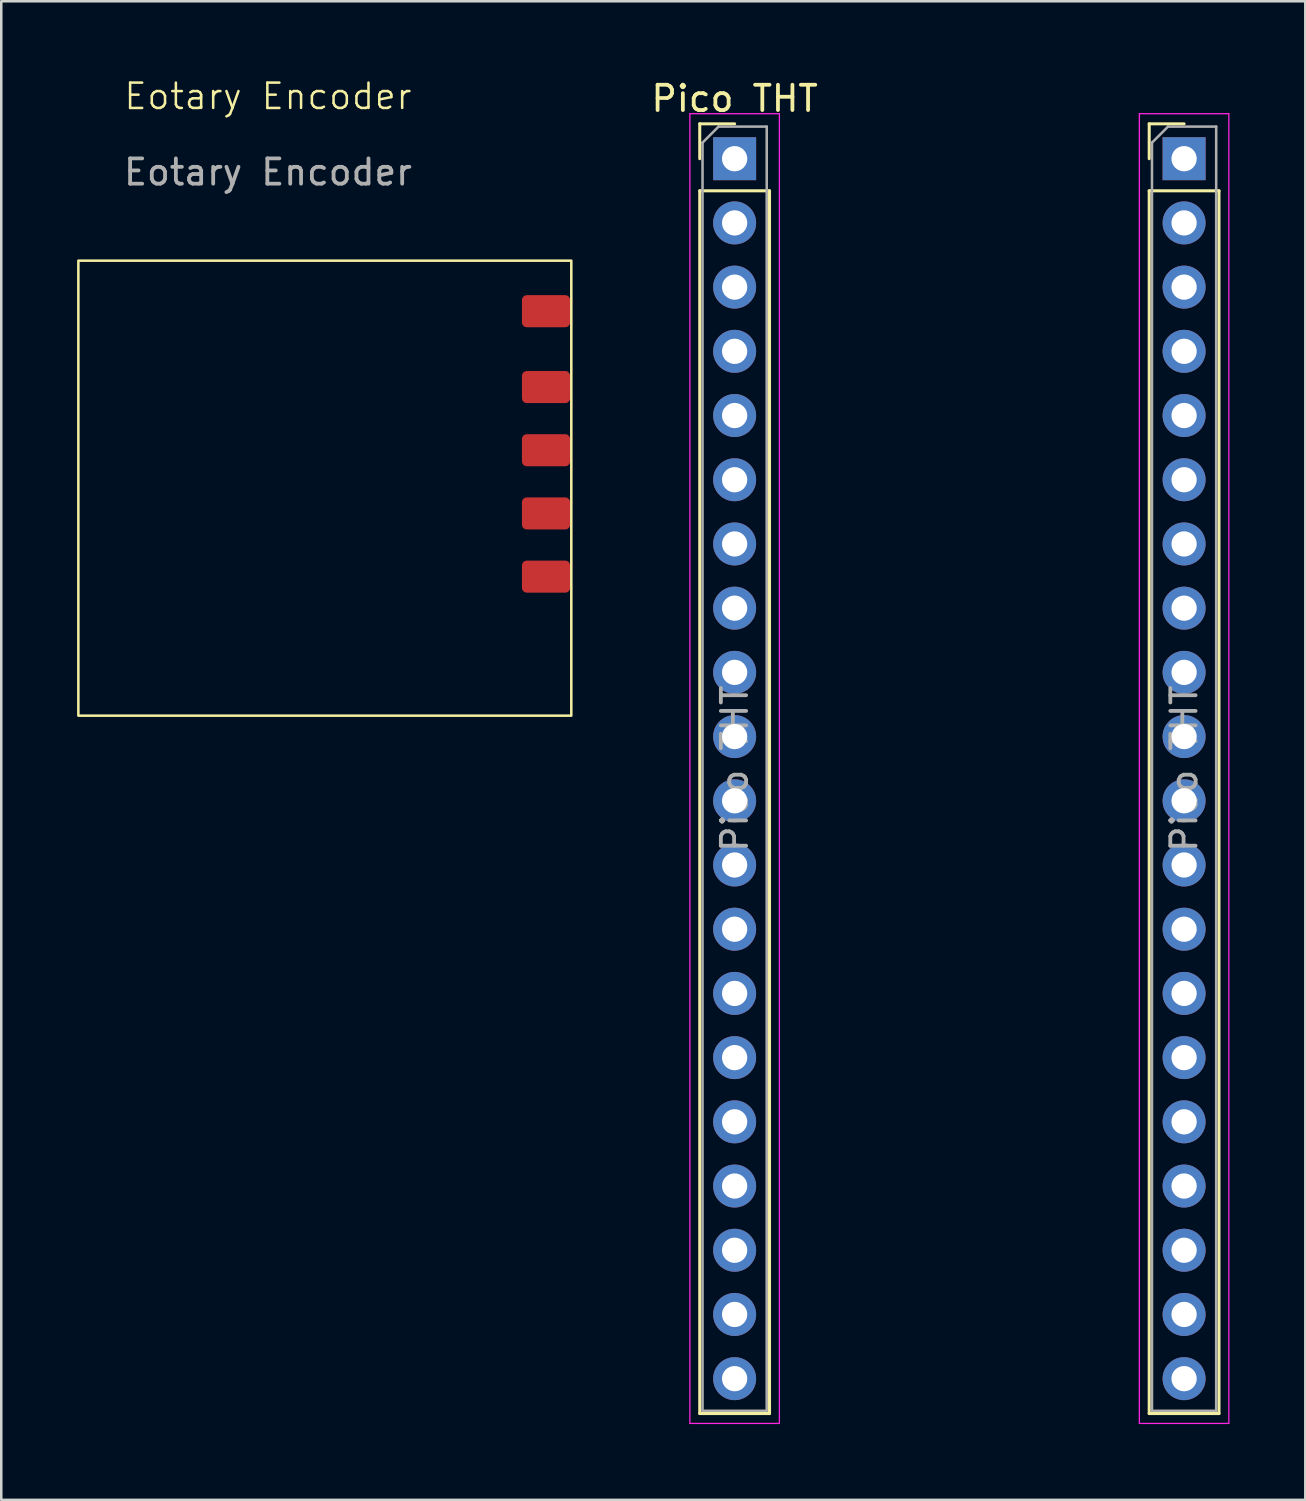
<source format=kicad_pcb>
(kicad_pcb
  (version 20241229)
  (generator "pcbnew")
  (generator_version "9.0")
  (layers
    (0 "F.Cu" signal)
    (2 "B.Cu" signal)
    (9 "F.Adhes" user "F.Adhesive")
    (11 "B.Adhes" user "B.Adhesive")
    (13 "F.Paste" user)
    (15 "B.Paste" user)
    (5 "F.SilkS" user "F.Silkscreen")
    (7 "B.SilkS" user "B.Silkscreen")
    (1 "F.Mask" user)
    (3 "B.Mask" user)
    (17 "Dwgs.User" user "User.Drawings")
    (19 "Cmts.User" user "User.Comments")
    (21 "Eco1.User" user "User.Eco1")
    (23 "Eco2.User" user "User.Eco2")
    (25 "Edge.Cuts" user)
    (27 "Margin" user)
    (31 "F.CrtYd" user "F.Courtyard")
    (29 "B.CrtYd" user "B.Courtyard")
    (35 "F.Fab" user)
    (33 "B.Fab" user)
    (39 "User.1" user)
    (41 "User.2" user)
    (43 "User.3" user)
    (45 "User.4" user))
  (footprint "Eotary Encoder"
    (layer "F.Cu")
    (at 7.55 11.761)
    (property "Reference" "Eotary Encoder" (at 0 -11 0) (unlocked yes) (layer "F.SilkS") (effects (font (size 1 1) (thickness 0.1))))
    (attr smd)
    (fp_rect (start -7.5 -4.5) (end 12 13.5) (stroke (width 0.1) (type default)) (fill no) (layer "F.SilkS"))
    (fp_text user "${REFERENCE}" (at 0 -8 0) (unlocked yes) (layer "F.Fab") (effects (font (size 1 1) (thickness 0.15))))
    (pad "1" smd roundrect (at 11 -2.5) (size 1.905 1.27) (layers "F.Cu" "F.Mask" "F.Paste") (roundrect_rratio 0.15))
    (pad "2" smd roundrect (at 11 0.5) (size 1.905 1.27) (layers "F.Cu" "F.Mask" "F.Paste") (roundrect_rratio 0.15))
    (pad "3" smd roundrect (at 11 3) (size 1.905 1.27) (layers "F.Cu" "F.Mask" "F.Paste") (roundrect_rratio 0.15))
    (pad "4" smd roundrect (at 11 5.5) (size 1.905 1.27) (layers "F.Cu" "F.Mask" "F.Paste") (roundrect_rratio 0.15))
    (pad "5" smd roundrect (at 11 8) (size 1.905 1.27) (layers "F.Cu" "F.Mask" "F.Paste") (roundrect_rratio 0.15)))
  (footprint "Pico THT"
    (layer "F.Cu")
    (at 26.011 3.228)
    (property "Reference" "Pico THT" (at 0 -2.38 0) (layer "F.SilkS") (effects (font (size 1 1) (thickness 0.15))))
    (attr through_hole)
    (fp_line (start -1.38 -1.38) (end 0 -1.38) (stroke (width 0.12) (type solid)) (layer "F.SilkS"))
    (fp_line (start -1.38 0) (end -1.38 -1.38) (stroke (width 0.12) (type solid)) (layer "F.SilkS"))
    (fp_line (start -1.38 1.27) (end -1.38 49.64) (stroke (width 0.12) (type solid)) (layer "F.SilkS"))
    (fp_line (start -1.38 1.27) (end 1.38 1.27) (stroke (width 0.12) (type solid)) (layer "F.SilkS"))
    (fp_line (start -1.38 49.64) (end 1.38 49.64) (stroke (width 0.12) (type solid)) (layer "F.SilkS"))
    (fp_line (start 1.38 1.27) (end 1.38 49.64) (stroke (width 0.12) (type solid)) (layer "F.SilkS"))
    (fp_line (start 16.4 -1.38) (end 17.78 -1.38) (stroke (width 0.12) (type solid)) (layer "F.SilkS"))
    (fp_line (start 16.4 0) (end 16.4 -1.38) (stroke (width 0.12) (type solid)) (layer "F.SilkS"))
    (fp_line (start 16.4 1.27) (end 16.4 49.64) (stroke (width 0.12) (type solid)) (layer "F.SilkS"))
    (fp_line (start 16.4 1.27) (end 19.16 1.27) (stroke (width 0.12) (type solid)) (layer "F.SilkS"))
    (fp_line (start 16.4 49.64) (end 19.16 49.64) (stroke (width 0.12) (type solid)) (layer "F.SilkS"))
    (fp_line (start 19.16 1.27) (end 19.16 49.64) (stroke (width 0.12) (type solid)) (layer "F.SilkS"))
    (fp_line (start -1.77 -1.78) (end -1.77 50.03) (stroke (width 0.05) (type solid)) (layer "F.CrtYd"))
    (fp_line (start -1.77 50.03) (end 1.77 50.03) (stroke (width 0.05) (type solid)) (layer "F.CrtYd"))
    (fp_line (start 1.77 -1.78) (end -1.77 -1.78) (stroke (width 0.05) (type solid)) (layer "F.CrtYd"))
    (fp_line (start 1.77 50.03) (end 1.77 -1.78) (stroke (width 0.05) (type solid)) (layer "F.CrtYd"))
    (fp_line (start 16.01 -1.78) (end 16.01 50.03) (stroke (width 0.05) (type solid)) (layer "F.CrtYd"))
    (fp_line (start 16.01 50.03) (end 19.55 50.03) (stroke (width 0.05) (type solid)) (layer "F.CrtYd"))
    (fp_line (start 19.55 -1.78) (end 16.01 -1.78) (stroke (width 0.05) (type solid)) (layer "F.CrtYd"))
    (fp_line (start 19.55 50.03) (end 19.55 -1.78) (stroke (width 0.05) (type solid)) (layer "F.CrtYd"))
    (fp_line (start -1.27 -0.635) (end -0.635 -1.27) (stroke (width 0.1) (type solid)) (layer "F.Fab"))
    (fp_line (start -1.27 49.53) (end -1.27 -0.635) (stroke (width 0.1) (type solid)) (layer "F.Fab"))
    (fp_line (start -0.635 -1.27) (end 1.27 -1.27) (stroke (width 0.1) (type solid)) (layer "F.Fab"))
    (fp_line (start 1.27 -1.27) (end 1.27 49.53) (stroke (width 0.1) (type solid)) (layer "F.Fab"))
    (fp_line (start 1.27 49.53) (end -1.27 49.53) (stroke (width 0.1) (type solid)) (layer "F.Fab"))
    (fp_line (start 16.51 -0.635) (end 17.145 -1.27) (stroke (width 0.1) (type solid)) (layer "F.Fab"))
    (fp_line (start 16.51 49.53) (end 16.51 -0.635) (stroke (width 0.1) (type solid)) (layer "F.Fab"))
    (fp_line (start 17.145 -1.27) (end 19.05 -1.27) (stroke (width 0.1) (type solid)) (layer "F.Fab"))
    (fp_line (start 19.05 -1.27) (end 19.05 49.53) (stroke (width 0.1) (type solid)) (layer "F.Fab"))
    (fp_line (start 19.05 49.53) (end 16.51 49.53) (stroke (width 0.1) (type solid)) (layer "F.Fab"))
    (fp_text user "${REFERENCE}" (at 17.78 24.13 90) (layer "F.Fab") (effects (font (size 1 1) (thickness 0.15))))
    (fp_text user "${REFERENCE}" (at 0 24.13 90) (layer "F.Fab") (effects (font (size 1 1) (thickness 0.15))))
    (pad "1" thru_hole rect (at 0 0) (size 1.7 1.7) (drill 1) (layers "*.Cu" "*.Mask"))
    (pad "2" thru_hole circle (at 0 2.54) (size 1.7 1.7) (drill 1) (layers "*.Cu" "*.Mask"))
    (pad "3" thru_hole circle (at 0 5.08) (size 1.7 1.7) (drill 1) (layers "*.Cu" "*.Mask"))
    (pad "4" thru_hole circle (at 0 7.62) (size 1.7 1.7) (drill 1) (layers "*.Cu" "*.Mask"))
    (pad "5" thru_hole circle (at 0 10.16) (size 1.7 1.7) (drill 1) (layers "*.Cu" "*.Mask"))
    (pad "6" thru_hole circle (at 0 12.7) (size 1.7 1.7) (drill 1) (layers "*.Cu" "*.Mask"))
    (pad "7" thru_hole circle (at 0 15.24) (size 1.7 1.7) (drill 1) (layers "*.Cu" "*.Mask"))
    (pad "8" thru_hole circle (at 0 17.78) (size 1.7 1.7) (drill 1) (layers "*.Cu" "*.Mask"))
    (pad "9" thru_hole circle (at 0 20.32) (size 1.7 1.7) (drill 1) (layers "*.Cu" "*.Mask"))
    (pad "10" thru_hole circle (at 0 22.86) (size 1.7 1.7) (drill 1) (layers "*.Cu" "*.Mask"))
    (pad "11" thru_hole circle (at 0 25.4) (size 1.7 1.7) (drill 1) (layers "*.Cu" "*.Mask"))
    (pad "12" thru_hole circle (at 0 27.94) (size 1.7 1.7) (drill 1) (layers "*.Cu" "*.Mask"))
    (pad "13" thru_hole circle (at 0 30.48) (size 1.7 1.7) (drill 1) (layers "*.Cu" "*.Mask"))
    (pad "14" thru_hole circle (at 0 33.02) (size 1.7 1.7) (drill 1) (layers "*.Cu" "*.Mask"))
    (pad "15" thru_hole circle (at 0 35.56) (size 1.7 1.7) (drill 1) (layers "*.Cu" "*.Mask"))
    (pad "16" thru_hole circle (at 0 38.1) (size 1.7 1.7) (drill 1) (layers "*.Cu" "*.Mask"))
    (pad "17" thru_hole circle (at 0 40.64) (size 1.7 1.7) (drill 1) (layers "*.Cu" "*.Mask"))
    (pad "18" thru_hole circle (at 0 43.18) (size 1.7 1.7) (drill 1) (layers "*.Cu" "*.Mask"))
    (pad "19" thru_hole circle (at 0 45.72) (size 1.7 1.7) (drill 1) (layers "*.Cu" "*.Mask"))
    (pad "20" thru_hole circle (at 0 48.26) (size 1.7 1.7) (drill 1) (layers "*.Cu" "*.Mask"))
    (pad "21" thru_hole circle (at 17.78 48.26) (size 1.7 1.7) (drill 1) (layers "*.Cu" "*.Mask"))
    (pad "22" thru_hole circle (at 17.78 45.72) (size 1.7 1.7) (drill 1) (layers "*.Cu" "*.Mask"))
    (pad "23" thru_hole circle (at 17.78 43.18) (size 1.7 1.7) (drill 1) (layers "*.Cu" "*.Mask"))
    (pad "24" thru_hole circle (at 17.78 40.64) (size 1.7 1.7) (drill 1) (layers "*.Cu" "*.Mask"))
    (pad "25" thru_hole circle (at 17.78 38.1) (size 1.7 1.7) (drill 1) (layers "*.Cu" "*.Mask"))
    (pad "26" thru_hole circle (at 17.78 35.56) (size 1.7 1.7) (drill 1) (layers "*.Cu" "*.Mask"))
    (pad "27" thru_hole circle (at 17.78 33.02) (size 1.7 1.7) (drill 1) (layers "*.Cu" "*.Mask"))
    (pad "28" thru_hole circle (at 17.78 30.48) (size 1.7 1.7) (drill 1) (layers "*.Cu" "*.Mask"))
    (pad "29" thru_hole circle (at 17.78 27.94) (size 1.7 1.7) (drill 1) (layers "*.Cu" "*.Mask"))
    (pad "30" thru_hole circle (at 17.78 25.4) (size 1.7 1.7) (drill 1) (layers "*.Cu" "*.Mask"))
    (pad "31" thru_hole circle (at 17.78 22.86) (size 1.7 1.7) (drill 1) (layers "*.Cu" "*.Mask"))
    (pad "32" thru_hole circle (at 17.78 20.32) (size 1.7 1.7) (drill 1) (layers "*.Cu" "*.Mask"))
    (pad "33" thru_hole circle (at 17.78 17.78) (size 1.7 1.7) (drill 1) (layers "*.Cu" "*.Mask"))
    (pad "34" thru_hole circle (at 17.78 15.24) (size 1.7 1.7) (drill 1) (layers "*.Cu" "*.Mask"))
    (pad "35" thru_hole circle (at 17.78 12.7) (size 1.7 1.7) (drill 1) (layers "*.Cu" "*.Mask"))
    (pad "36" thru_hole circle (at 17.78 10.16) (size 1.7 1.7) (drill 1) (layers "*.Cu" "*.Mask"))
    (pad "37" thru_hole circle (at 17.78 7.62) (size 1.7 1.7) (drill 1) (layers "*.Cu" "*.Mask"))
    (pad "38" thru_hole circle (at 17.78 5.08) (size 1.7 1.7) (drill 1) (layers "*.Cu" "*.Mask"))
    (pad "39" thru_hole circle (at 17.78 2.54) (size 1.7 1.7) (drill 1) (layers "*.Cu" "*.Mask"))
    (pad "40" thru_hole rect (at 17.78 0) (size 1.7 1.7) (drill 1) (layers "*.Cu" "*.Mask")))
  (gr_rect
    (start -3 -3)
    (end 48.586 56.283)
    (stroke (width 0.1) (type default))
    (fill no)
    (layer "Edge.Cuts")))
</source>
